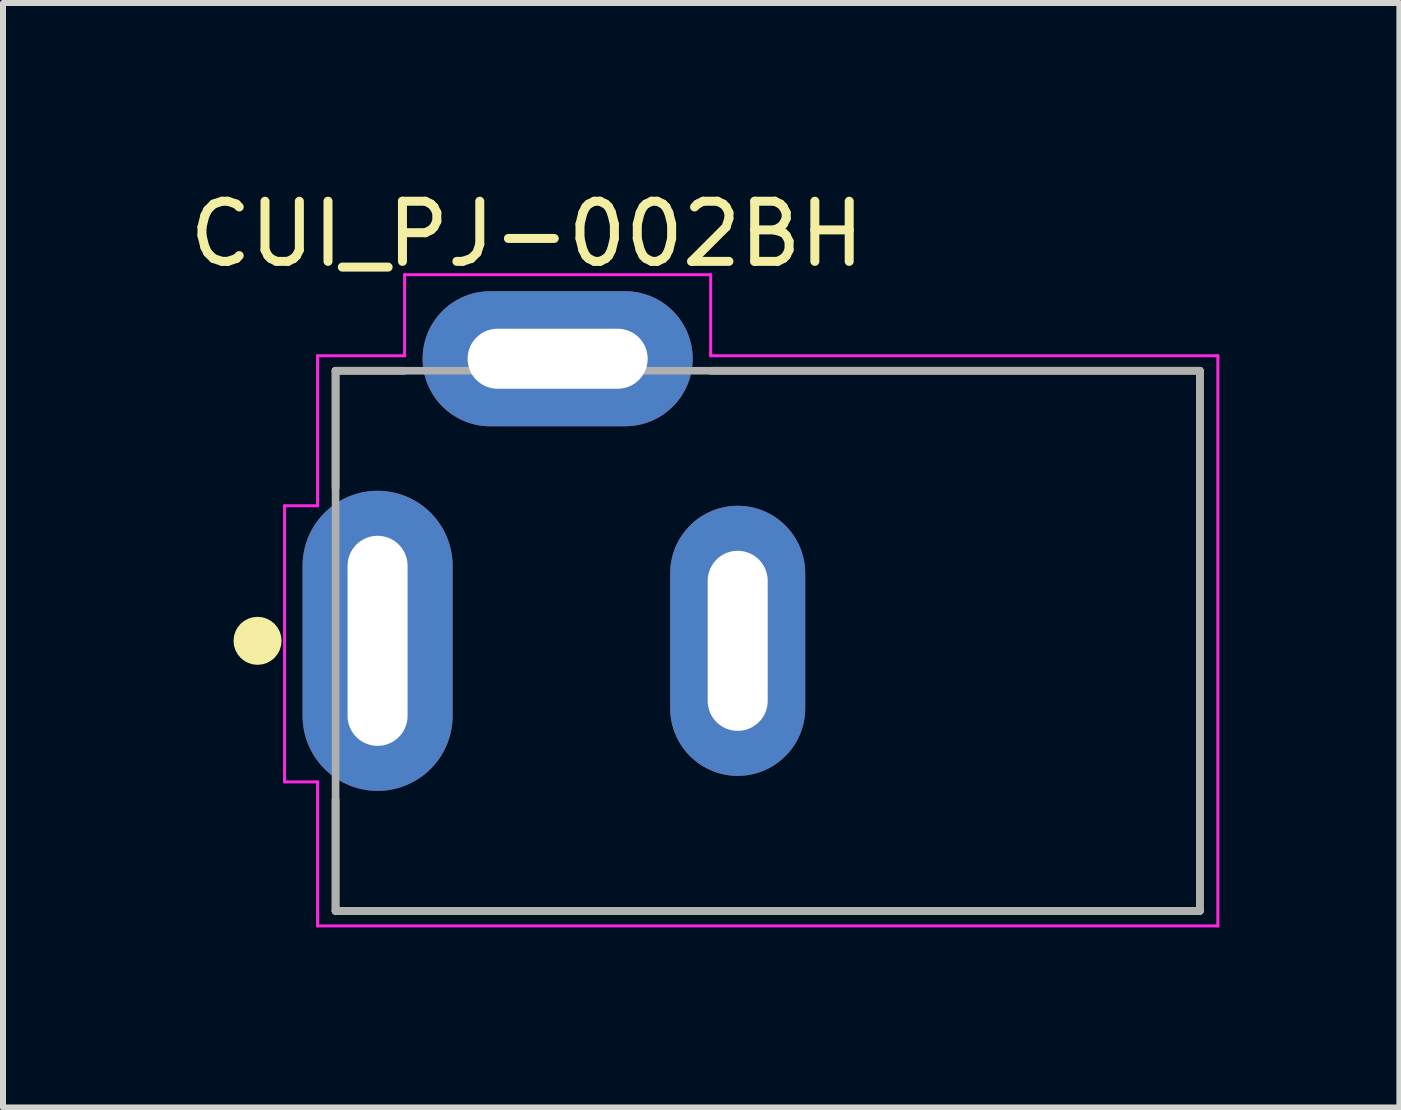
<source format=kicad_pcb>
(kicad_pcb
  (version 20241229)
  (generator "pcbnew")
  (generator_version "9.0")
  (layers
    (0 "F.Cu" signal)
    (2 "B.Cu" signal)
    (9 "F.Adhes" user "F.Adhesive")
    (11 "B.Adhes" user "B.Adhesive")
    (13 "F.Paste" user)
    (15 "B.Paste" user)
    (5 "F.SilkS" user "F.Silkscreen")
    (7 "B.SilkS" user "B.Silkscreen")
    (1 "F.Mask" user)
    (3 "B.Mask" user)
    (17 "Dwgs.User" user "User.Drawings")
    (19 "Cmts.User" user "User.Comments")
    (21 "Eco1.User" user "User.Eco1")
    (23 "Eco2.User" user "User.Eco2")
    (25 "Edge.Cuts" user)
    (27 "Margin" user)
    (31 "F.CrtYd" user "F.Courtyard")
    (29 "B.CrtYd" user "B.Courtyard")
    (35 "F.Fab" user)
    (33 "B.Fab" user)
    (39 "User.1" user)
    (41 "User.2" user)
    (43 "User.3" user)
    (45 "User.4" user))
  (footprint "CUI_PJ-002BH"
    (layer "F.Cu")
    (at 3.241 7.627)
    (property "Reference" "CUI_PJ-002BH" (at 2.49 -6.778 0) (layer "F.SilkS") (effects (font (size 1.002 1.002) (thickness 0.15))))
    (attr through_hole)
    (fp_line (start -0.7 -4.5) (end 0.45 -4.5) (stroke (width 0.127) (type solid)) (layer "F.SilkS"))
    (fp_line (start -0.7 -2.55) (end -0.7 -4.5) (stroke (width 0.127) (type solid)) (layer "F.SilkS"))
    (fp_line (start -0.7 4.5) (end -0.7 2.65) (stroke (width 0.127) (type solid)) (layer "F.SilkS"))
    (fp_line (start 5.55 -4.5) (end 13.7 -4.5) (stroke (width 0.127) (type solid)) (layer "F.SilkS"))
    (fp_line (start 13.7 -4.5) (end 13.7 4.5) (stroke (width 0.127) (type solid)) (layer "F.SilkS"))
    (fp_line (start 13.7 4.5) (end -0.7 4.5) (stroke (width 0.127) (type solid)) (layer "F.SilkS"))
    (fp_circle (center -2 0) (end -1.8 0) (stroke (width 0.4) (type solid)) (fill no) (layer "F.SilkS"))
    (fp_line (start -1.55 -2.25) (end -1.55 2.35) (stroke (width 0.05) (type solid)) (layer "F.CrtYd"))
    (fp_line (start -1.55 2.35) (end -1 2.35) (stroke (width 0.05) (type solid)) (layer "F.CrtYd"))
    (fp_line (start -1 -4.75) (end 0.45 -4.75) (stroke (width 0.05) (type solid)) (layer "F.CrtYd"))
    (fp_line (start -1 -2.25) (end -1.55 -2.25) (stroke (width 0.05) (type solid)) (layer "F.CrtYd"))
    (fp_line (start -1 -2.25) (end -1 -4.75) (stroke (width 0.05) (type solid)) (layer "F.CrtYd"))
    (fp_line (start -1 4.75) (end -1 2.35) (stroke (width 0.05) (type solid)) (layer "F.CrtYd"))
    (fp_line (start 0.45 -6.1) (end 5.55 -6.1) (stroke (width 0.05) (type solid)) (layer "F.CrtYd"))
    (fp_line (start 0.45 -4.75) (end 0.45 -6.1) (stroke (width 0.05) (type solid)) (layer "F.CrtYd"))
    (fp_line (start 5.55 -6.1) (end 5.55 -4.75) (stroke (width 0.05) (type solid)) (layer "F.CrtYd"))
    (fp_line (start 5.55 -4.75) (end 14 -4.75) (stroke (width 0.05) (type solid)) (layer "F.CrtYd"))
    (fp_line (start 14 -4.75) (end 14 4.75) (stroke (width 0.05) (type solid)) (layer "F.CrtYd"))
    (fp_line (start 14 4.75) (end -1 4.75) (stroke (width 0.05) (type solid)) (layer "F.CrtYd"))
    (fp_line (start -0.7 -4.5) (end 13.7 -4.5) (stroke (width 0.127) (type solid)) (layer "F.Fab"))
    (fp_line (start -0.7 4.5) (end -0.7 -4.5) (stroke (width 0.127) (type solid)) (layer "F.Fab"))
    (fp_line (start 13.7 -4.5) (end 13.7 4.5) (stroke (width 0.127) (type solid)) (layer "F.Fab"))
    (fp_line (start 13.7 4.5) (end -0.7 4.5) (stroke (width 0.127) (type solid)) (layer "F.Fab"))
    (pad "1" thru_hole oval (at 0 0) (size 2.5 5) (drill oval 1 3.5) (layers "*.Cu" "*.Mask"))
    (pad "2" thru_hole oval (at 6 0) (size 2.25 4.5) (drill oval 1 3) (layers "*.Cu" "*.Mask"))
    (pad "3" thru_hole oval (at 3 -4.7) (size 4.5 2.25) (drill oval 3 1) (layers "*.Cu" "*.Mask")))
  (gr_rect
    (start -3 -3)
    (end 20.266 15.402)
    (stroke (width 0.1) (type default))
    (fill no)
    (layer "Edge.Cuts")))
</source>
